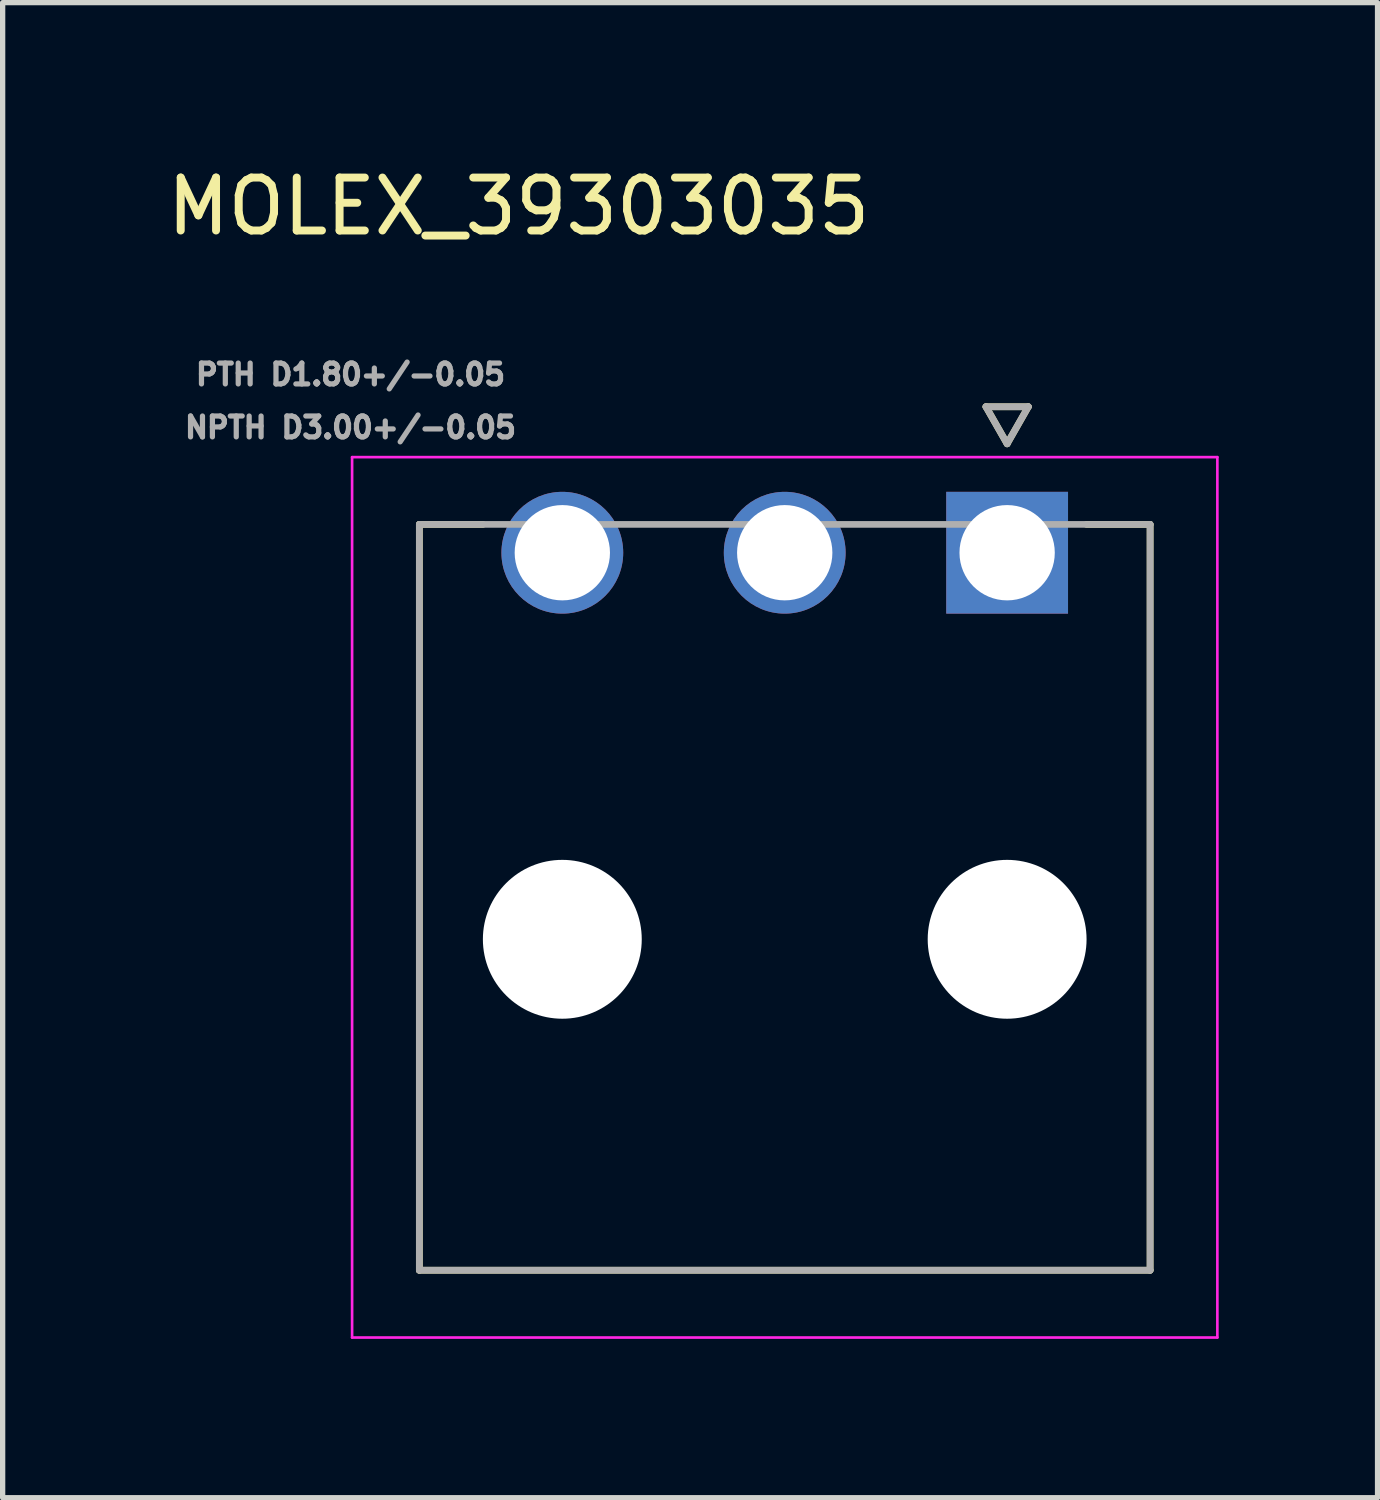
<source format=kicad_pcb>
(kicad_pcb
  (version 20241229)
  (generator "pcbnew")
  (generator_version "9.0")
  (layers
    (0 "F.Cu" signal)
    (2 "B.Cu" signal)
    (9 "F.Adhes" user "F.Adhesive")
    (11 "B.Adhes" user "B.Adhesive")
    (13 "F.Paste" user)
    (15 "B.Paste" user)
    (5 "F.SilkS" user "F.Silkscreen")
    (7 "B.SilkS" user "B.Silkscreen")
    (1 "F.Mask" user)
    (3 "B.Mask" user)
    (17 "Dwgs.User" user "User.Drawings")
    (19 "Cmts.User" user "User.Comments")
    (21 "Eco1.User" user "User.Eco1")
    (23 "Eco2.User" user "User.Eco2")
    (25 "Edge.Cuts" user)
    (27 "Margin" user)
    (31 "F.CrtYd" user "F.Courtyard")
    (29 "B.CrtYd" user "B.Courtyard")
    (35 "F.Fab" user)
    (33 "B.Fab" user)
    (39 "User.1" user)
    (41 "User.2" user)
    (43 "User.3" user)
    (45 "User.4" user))
  (footprint "MOLEX_39303035"
    (layer "F.Cu")
    (at 15.969 7.388)
    (property "Reference" "MOLEX_39303035" (at -9.225 -6.54 0) (layer "F.SilkS") (effects (font (size 1 1) (thickness 0.15))))
    (attr through_hole)
    (fp_circle (center -8.4 0) (end -7.787 0) (stroke (width 1.226) (type solid)) (fill no) (layer "F.Mask"))
    (fp_circle (center -8.4 7.3) (end -7.612 7.3) (stroke (width 1.576) (type solid)) (fill no) (layer "F.Mask"))
    (fp_circle (center -4.2 0) (end -3.587 0) (stroke (width 1.226) (type solid)) (fill no) (layer "F.Mask"))
    (fp_circle (center 0 7.3) (end 0.788 7.3) (stroke (width 1.576) (type solid)) (fill no) (layer "F.Mask"))
    (fp_poly (pts (xy -1.226 -1.226) (xy 1.226 -1.226) (xy 1.226 1.226) (xy -1.226 1.226)) (stroke (width 0.01) (type solid)) (fill yes) (layer "F.Mask"))
    (fp_circle (center -8.4 0) (end -7.787 0) (stroke (width 1.226) (type solid)) (fill no) (layer "B.Mask"))
    (fp_circle (center -8.4 7.3) (end -7.612 7.3) (stroke (width 1.576) (type solid)) (fill no) (layer "B.Mask"))
    (fp_circle (center -4.2 0) (end -3.587 0) (stroke (width 1.226) (type solid)) (fill no) (layer "B.Mask"))
    (fp_circle (center 0 7.3) (end 0.788 7.3) (stroke (width 1.576) (type solid)) (fill no) (layer "B.Mask"))
    (fp_poly (pts (xy -1.226 -1.226) (xy 1.226 -1.226) (xy 1.226 1.226) (xy -1.226 1.226)) (stroke (width 0.01) (type solid)) (fill yes) (layer "B.Mask"))
    (fp_line (start -11.1 -0.535) (end -9.9 -0.535) (stroke (width 0.127) (type solid)) (layer "F.SilkS"))
    (fp_line (start -11.1 13.55) (end -11.1 -0.535) (stroke (width 0.127) (type solid)) (layer "F.SilkS"))
    (fp_line (start -0.4 -2.757) (end 0 -2.057) (stroke (width 0.127) (type solid)) (layer "F.SilkS"))
    (fp_line (start 0 -2.057) (end 0.4 -2.757) (stroke (width 0.127) (type solid)) (layer "F.SilkS"))
    (fp_line (start 0.4 -2.757) (end -0.4 -2.757) (stroke (width 0.127) (type solid)) (layer "F.SilkS"))
    (fp_line (start 2.7 -0.535) (end 1.5 -0.535) (stroke (width 0.127) (type solid)) (layer "F.SilkS"))
    (fp_line (start 2.7 -0.535) (end 2.7 13.55) (stroke (width 0.127) (type solid)) (layer "F.SilkS"))
    (fp_line (start 2.7 13.55) (end -11.1 13.55) (stroke (width 0.127) (type solid)) (layer "F.SilkS"))
    (fp_line (start -12.37 -1.805) (end 3.97 -1.805) (stroke (width 0.05) (type solid)) (layer "F.CrtYd"))
    (fp_line (start -12.37 14.82) (end -12.37 -1.805) (stroke (width 0.05) (type solid)) (layer "F.CrtYd"))
    (fp_line (start 3.97 -1.805) (end 3.97 14.82) (stroke (width 0.05) (type solid)) (layer "F.CrtYd"))
    (fp_line (start 3.97 14.82) (end -12.37 14.82) (stroke (width 0.05) (type solid)) (layer "F.CrtYd"))
    (fp_line (start -11.1 -0.535) (end 2.7 -0.535) (stroke (width 0.127) (type solid)) (layer "F.Fab"))
    (fp_line (start -11.1 13.55) (end -11.1 -0.535) (stroke (width 0.127) (type solid)) (layer "F.Fab"))
    (fp_line (start -0.4 -2.757) (end 0 -2.057) (stroke (width 0.127) (type solid)) (layer "F.Fab"))
    (fp_line (start 0 -2.057) (end 0.4 -2.757) (stroke (width 0.127) (type solid)) (layer "F.Fab"))
    (fp_line (start 0.4 -2.757) (end -0.4 -2.757) (stroke (width 0.127) (type solid)) (layer "F.Fab"))
    (fp_line (start 2.7 -0.535) (end 2.7 13.55) (stroke (width 0.127) (type solid)) (layer "F.Fab"))
    (fp_line (start 2.7 13.55) (end -11.1 13.55) (stroke (width 0.127) (type solid)) (layer "F.Fab"))
    (fp_text user "NPTH D3.00+/-0.05" (at -12.4 -2.365 0) (layer "F.Fab") (effects (font (size 0.394 0.394) (thickness 0.15))))
    (fp_text user "PTH D1.80+/-0.05" (at -12.4 -3.365 0) (layer "F.Fab") (effects (font (size 0.394 0.394) (thickness 0.15))))
    (pad "" np_thru_hole circle (at -8.4 7.3) (size 3 3) (drill 3) (layers "*.Cu" "*.Mask"))
    (pad "" np_thru_hole circle (at 0 7.3) (size 3 3) (drill 3) (layers "*.Cu" "*.Mask"))
    (pad "1" thru_hole rect (at 0 0) (size 2.3 2.3) (drill 1.8) (layers "*.Cu"))
    (pad "2" thru_hole circle (at -4.2 0) (size 2.3 2.3) (drill 1.8) (layers "*.Cu"))
    (pad "3" thru_hole circle (at -8.4 0) (size 2.3 2.3) (drill 1.8) (layers "*.Cu")))
  (gr_rect
    (start -3 -3)
    (end 22.964 25.233)
    (stroke (width 0.1) (type default))
    (fill no)
    (layer "Edge.Cuts")))
</source>
